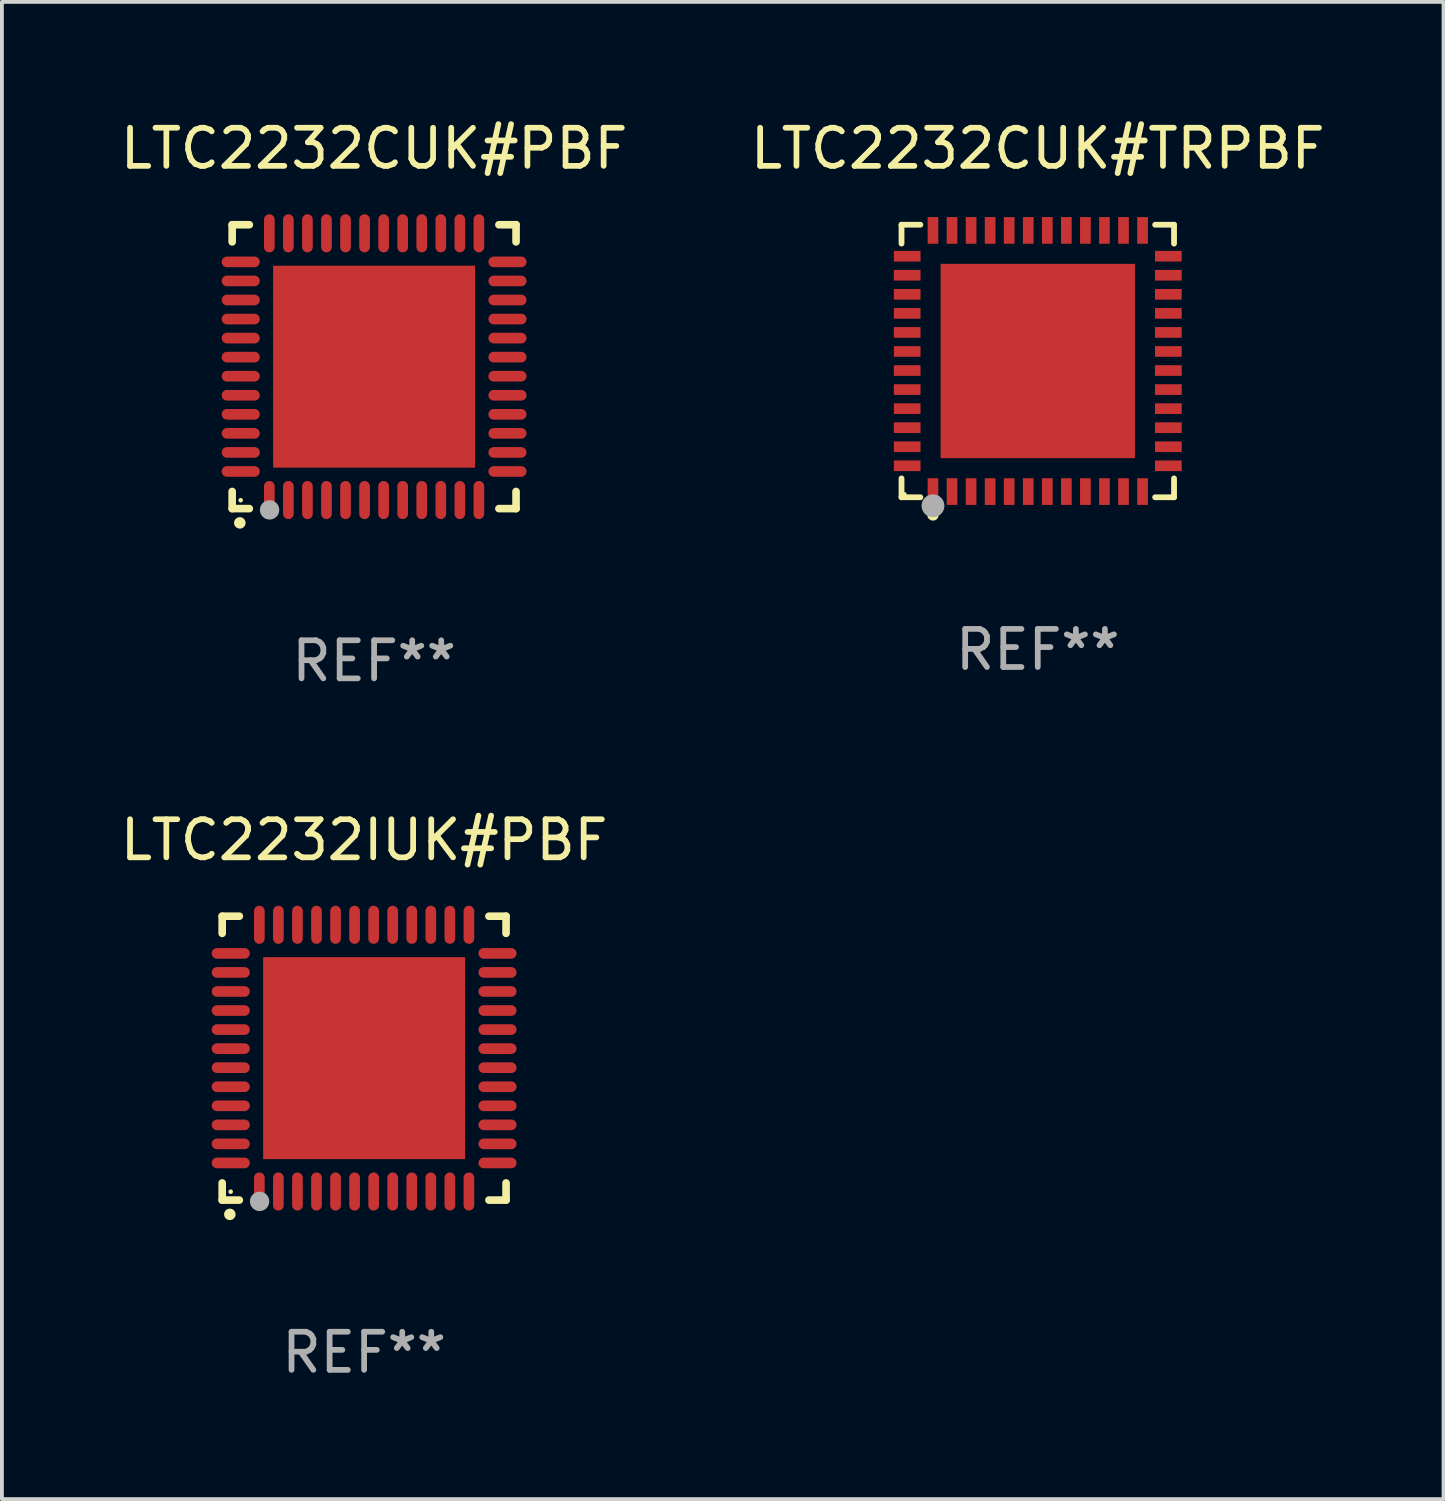
<source format=kicad_pcb>
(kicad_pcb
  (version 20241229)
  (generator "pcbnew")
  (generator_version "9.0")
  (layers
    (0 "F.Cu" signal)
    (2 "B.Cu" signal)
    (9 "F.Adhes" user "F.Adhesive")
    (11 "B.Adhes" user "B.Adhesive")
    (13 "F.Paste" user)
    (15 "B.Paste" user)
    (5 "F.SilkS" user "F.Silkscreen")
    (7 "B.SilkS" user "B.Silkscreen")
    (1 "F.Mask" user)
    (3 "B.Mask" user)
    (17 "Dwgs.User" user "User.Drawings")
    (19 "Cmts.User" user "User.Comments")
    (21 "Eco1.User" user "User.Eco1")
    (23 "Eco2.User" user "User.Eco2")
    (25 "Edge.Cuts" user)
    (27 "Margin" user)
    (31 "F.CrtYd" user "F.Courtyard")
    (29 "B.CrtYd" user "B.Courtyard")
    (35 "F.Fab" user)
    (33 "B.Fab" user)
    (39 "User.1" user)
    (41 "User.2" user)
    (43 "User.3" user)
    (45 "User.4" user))
  (footprint "LTC2232CUK#PBF"
    (layer "F.Cu")
    (at 6.768 6.573)
    (property "Reference" "LTC2232CUK#PBF" (at 0 -5.725 0) (layer "F.SilkS") (effects (font (size 1 1) (thickness 0.15))))
    (attr through_hole)
    (fp_line (start -3.725 -3.725) (end -3.275 -3.725) (stroke (width 0.2) (type solid)) (layer "F.SilkS"))
    (fp_line (start -3.725 -3.275) (end -3.725 -3.725) (stroke (width 0.2) (type solid)) (layer "F.SilkS"))
    (fp_line (start -3.725 3.725) (end -3.725 3.275) (stroke (width 0.2) (type solid)) (layer "F.SilkS"))
    (fp_line (start -3.275 3.725) (end -3.725 3.725) (stroke (width 0.2) (type solid)) (layer "F.SilkS"))
    (fp_line (start 3.275 3.725) (end 3.725 3.725) (stroke (width 0.2) (type solid)) (layer "F.SilkS"))
    (fp_line (start 3.725 -3.725) (end 3.275 -3.725) (stroke (width 0.2) (type solid)) (layer "F.SilkS"))
    (fp_line (start 3.725 -3.275) (end 3.725 -3.725) (stroke (width 0.2) (type solid)) (layer "F.SilkS"))
    (fp_line (start 3.725 3.725) (end 3.725 3.275) (stroke (width 0.2) (type solid)) (layer "F.SilkS"))
    (fp_arc (start -3.525527 4.099568) (mid -3.524257 4.099563) (end -3.522987 4.099568) (stroke (width 0.3) (type solid)) (layer "F.SilkS"))
    (fp_circle (center -3.502 3.504) (end -3.472 3.504) (stroke (width 0.06) (type solid)) (fill no) (layer "F.SilkS"))
    (fp_circle (center -2.743 3.759) (end -2.616 3.759) (stroke (width 0.254) (type solid)) (fill no) (layer "F.Fab"))
    (fp_text user "REF**" (at 0 7.725 0) (layer "F.Fab") (effects (font (size 1 1) (thickness 0.15))))
    (pad "1" smd oval (at -2.75 3.5) (size 0.28 1) (layers "F.Cu" "F.Mask" "F.Paste"))
    (pad "2" smd oval (at -2.25 3.5) (size 0.28 1) (layers "F.Cu" "F.Mask" "F.Paste"))
    (pad "3" smd oval (at -1.75 3.5) (size 0.28 1) (layers "F.Cu" "F.Mask" "F.Paste"))
    (pad "4" smd oval (at -1.25 3.5) (size 0.28 1) (layers "F.Cu" "F.Mask" "F.Paste"))
    (pad "5" smd oval (at -0.75 3.5) (size 0.28 1) (layers "F.Cu" "F.Mask" "F.Paste"))
    (pad "6" smd oval (at -0.25 3.5) (size 0.28 1) (layers "F.Cu" "F.Mask" "F.Paste"))
    (pad "7" smd oval (at 0.25 3.5) (size 0.28 1) (layers "F.Cu" "F.Mask" "F.Paste"))
    (pad "8" smd oval (at 0.75 3.5) (size 0.28 1) (layers "F.Cu" "F.Mask" "F.Paste"))
    (pad "9" smd oval (at 1.25 3.5) (size 0.28 1) (layers "F.Cu" "F.Mask" "F.Paste"))
    (pad "10" smd oval (at 1.75 3.5) (size 0.28 1) (layers "F.Cu" "F.Mask" "F.Paste"))
    (pad "11" smd oval (at 2.25 3.5) (size 0.28 1) (layers "F.Cu" "F.Mask" "F.Paste"))
    (pad "12" smd oval (at 2.75 3.5) (size 0.28 1) (layers "F.Cu" "F.Mask" "F.Paste"))
    (pad "13" smd oval (at 3.5 2.75) (size 1 0.28) (layers "F.Cu" "F.Mask" "F.Paste"))
    (pad "14" smd oval (at 3.5 2.25) (size 1 0.28) (layers "F.Cu" "F.Mask" "F.Paste"))
    (pad "15" smd oval (at 3.5 1.75) (size 1 0.28) (layers "F.Cu" "F.Mask" "F.Paste"))
    (pad "16" smd oval (at 3.5 1.25) (size 1 0.28) (layers "F.Cu" "F.Mask" "F.Paste"))
    (pad "17" smd oval (at 3.5 0.75) (size 1 0.28) (layers "F.Cu" "F.Mask" "F.Paste"))
    (pad "18" smd oval (at 3.5 0.25) (size 1 0.28) (layers "F.Cu" "F.Mask" "F.Paste"))
    (pad "19" smd oval (at 3.5 -0.25) (size 1 0.28) (layers "F.Cu" "F.Mask" "F.Paste"))
    (pad "20" smd oval (at 3.5 -0.75) (size 1 0.28) (layers "F.Cu" "F.Mask" "F.Paste"))
    (pad "21" smd oval (at 3.5 -1.25) (size 1 0.28) (layers "F.Cu" "F.Mask" "F.Paste"))
    (pad "22" smd oval (at 3.5 -1.75) (size 1 0.28) (layers "F.Cu" "F.Mask" "F.Paste"))
    (pad "23" smd oval (at 3.5 -2.25) (size 1 0.28) (layers "F.Cu" "F.Mask" "F.Paste"))
    (pad "24" smd oval (at 3.5 -2.75) (size 1 0.28) (layers "F.Cu" "F.Mask" "F.Paste"))
    (pad "25" smd oval (at 2.75 -3.5) (size 0.28 1) (layers "F.Cu" "F.Mask" "F.Paste"))
    (pad "26" smd oval (at 2.25 -3.5) (size 0.28 1) (layers "F.Cu" "F.Mask" "F.Paste"))
    (pad "27" smd oval (at 1.75 -3.5) (size 0.28 1) (layers "F.Cu" "F.Mask" "F.Paste"))
    (pad "28" smd oval (at 1.25 -3.5) (size 0.28 1) (layers "F.Cu" "F.Mask" "F.Paste"))
    (pad "29" smd oval (at 0.75 -3.5) (size 0.28 1) (layers "F.Cu" "F.Mask" "F.Paste"))
    (pad "30" smd oval (at 0.25 -3.5) (size 0.28 1) (layers "F.Cu" "F.Mask" "F.Paste"))
    (pad "31" smd oval (at -0.25 -3.5) (size 0.28 1) (layers "F.Cu" "F.Mask" "F.Paste"))
    (pad "32" smd oval (at -0.75 -3.5) (size 0.28 1) (layers "F.Cu" "F.Mask" "F.Paste"))
    (pad "33" smd oval (at -1.25 -3.5) (size 0.28 1) (layers "F.Cu" "F.Mask" "F.Paste"))
    (pad "34" smd oval (at -1.75 -3.5) (size 0.28 1) (layers "F.Cu" "F.Mask" "F.Paste"))
    (pad "35" smd oval (at -2.25 -3.5) (size 0.28 1) (layers "F.Cu" "F.Mask" "F.Paste"))
    (pad "36" smd oval (at -2.75 -3.5) (size 0.28 1) (layers "F.Cu" "F.Mask" "F.Paste"))
    (pad "37" smd oval (at -3.5 -2.75) (size 1 0.28) (layers "F.Cu" "F.Mask" "F.Paste"))
    (pad "38" smd oval (at -3.5 -2.25) (size 1 0.28) (layers "F.Cu" "F.Mask" "F.Paste"))
    (pad "39" smd oval (at -3.5 -1.75) (size 1 0.28) (layers "F.Cu" "F.Mask" "F.Paste"))
    (pad "40" smd oval (at -3.5 -1.25) (size 1 0.28) (layers "F.Cu" "F.Mask" "F.Paste"))
    (pad "41" smd oval (at -3.5 -0.75) (size 1 0.28) (layers "F.Cu" "F.Mask" "F.Paste"))
    (pad "42" smd oval (at -3.5 -0.25) (size 1 0.28) (layers "F.Cu" "F.Mask" "F.Paste"))
    (pad "43" smd oval (at -3.5 0.25) (size 1 0.28) (layers "F.Cu" "F.Mask" "F.Paste"))
    (pad "44" smd oval (at -3.5 0.75) (size 1 0.28) (layers "F.Cu" "F.Mask" "F.Paste"))
    (pad "45" smd oval (at -3.5 1.25) (size 1 0.28) (layers "F.Cu" "F.Mask" "F.Paste"))
    (pad "46" smd oval (at -3.5 1.75) (size 1 0.28) (layers "F.Cu" "F.Mask" "F.Paste"))
    (pad "47" smd oval (at -3.5 2.25) (size 1 0.28) (layers "F.Cu" "F.Mask" "F.Paste"))
    (pad "48" smd oval (at -3.5 2.75) (size 1 0.28) (layers "F.Cu" "F.Mask" "F.Paste"))
    (pad "49" smd rect (at 0 0) (size 5.3 5.3) (layers "F.Cu" "F.Mask" "F.Paste")))
  (footprint "LTC2232IUK#PBF"
    (layer "F.Cu")
    (at 6.506 24.72)
    (property "Reference" "LTC2232IUK#PBF" (at 0 -5.725 0) (layer "F.SilkS") (effects (font (size 1 1) (thickness 0.15))))
    (attr through_hole)
    (fp_line (start -3.725 -3.725) (end -3.275 -3.725) (stroke (width 0.2) (type solid)) (layer "F.SilkS"))
    (fp_line (start -3.725 -3.275) (end -3.725 -3.725) (stroke (width 0.2) (type solid)) (layer "F.SilkS"))
    (fp_line (start -3.725 3.725) (end -3.725 3.275) (stroke (width 0.2) (type solid)) (layer "F.SilkS"))
    (fp_line (start -3.275 3.725) (end -3.725 3.725) (stroke (width 0.2) (type solid)) (layer "F.SilkS"))
    (fp_line (start 3.275 3.725) (end 3.725 3.725) (stroke (width 0.2) (type solid)) (layer "F.SilkS"))
    (fp_line (start 3.725 -3.725) (end 3.275 -3.725) (stroke (width 0.2) (type solid)) (layer "F.SilkS"))
    (fp_line (start 3.725 -3.275) (end 3.725 -3.725) (stroke (width 0.2) (type solid)) (layer "F.SilkS"))
    (fp_line (start 3.725 3.725) (end 3.725 3.275) (stroke (width 0.2) (type solid)) (layer "F.SilkS"))
    (fp_arc (start -3.525527 4.099568) (mid -3.524257 4.099563) (end -3.522987 4.099568) (stroke (width 0.3) (type solid)) (layer "F.SilkS"))
    (fp_circle (center -3.502 3.504) (end -3.472 3.504) (stroke (width 0.06) (type solid)) (fill no) (layer "F.SilkS"))
    (fp_circle (center -2.743 3.759) (end -2.616 3.759) (stroke (width 0.254) (type solid)) (fill no) (layer "F.Fab"))
    (fp_text user "REF**" (at 0 7.725 0) (layer "F.Fab") (effects (font (size 1 1) (thickness 0.15))))
    (pad "1" smd oval (at -2.75 3.5) (size 0.28 1) (layers "F.Cu" "F.Mask" "F.Paste"))
    (pad "2" smd oval (at -2.25 3.5) (size 0.28 1) (layers "F.Cu" "F.Mask" "F.Paste"))
    (pad "3" smd oval (at -1.75 3.5) (size 0.28 1) (layers "F.Cu" "F.Mask" "F.Paste"))
    (pad "4" smd oval (at -1.25 3.5) (size 0.28 1) (layers "F.Cu" "F.Mask" "F.Paste"))
    (pad "5" smd oval (at -0.75 3.5) (size 0.28 1) (layers "F.Cu" "F.Mask" "F.Paste"))
    (pad "6" smd oval (at -0.25 3.5) (size 0.28 1) (layers "F.Cu" "F.Mask" "F.Paste"))
    (pad "7" smd oval (at 0.25 3.5) (size 0.28 1) (layers "F.Cu" "F.Mask" "F.Paste"))
    (pad "8" smd oval (at 0.75 3.5) (size 0.28 1) (layers "F.Cu" "F.Mask" "F.Paste"))
    (pad "9" smd oval (at 1.25 3.5) (size 0.28 1) (layers "F.Cu" "F.Mask" "F.Paste"))
    (pad "10" smd oval (at 1.75 3.5) (size 0.28 1) (layers "F.Cu" "F.Mask" "F.Paste"))
    (pad "11" smd oval (at 2.25 3.5) (size 0.28 1) (layers "F.Cu" "F.Mask" "F.Paste"))
    (pad "12" smd oval (at 2.75 3.5) (size 0.28 1) (layers "F.Cu" "F.Mask" "F.Paste"))
    (pad "13" smd oval (at 3.5 2.75) (size 1 0.28) (layers "F.Cu" "F.Mask" "F.Paste"))
    (pad "14" smd oval (at 3.5 2.25) (size 1 0.28) (layers "F.Cu" "F.Mask" "F.Paste"))
    (pad "15" smd oval (at 3.5 1.75) (size 1 0.28) (layers "F.Cu" "F.Mask" "F.Paste"))
    (pad "16" smd oval (at 3.5 1.25) (size 1 0.28) (layers "F.Cu" "F.Mask" "F.Paste"))
    (pad "17" smd oval (at 3.5 0.75) (size 1 0.28) (layers "F.Cu" "F.Mask" "F.Paste"))
    (pad "18" smd oval (at 3.5 0.25) (size 1 0.28) (layers "F.Cu" "F.Mask" "F.Paste"))
    (pad "19" smd oval (at 3.5 -0.25) (size 1 0.28) (layers "F.Cu" "F.Mask" "F.Paste"))
    (pad "20" smd oval (at 3.5 -0.75) (size 1 0.28) (layers "F.Cu" "F.Mask" "F.Paste"))
    (pad "21" smd oval (at 3.5 -1.25) (size 1 0.28) (layers "F.Cu" "F.Mask" "F.Paste"))
    (pad "22" smd oval (at 3.5 -1.75) (size 1 0.28) (layers "F.Cu" "F.Mask" "F.Paste"))
    (pad "23" smd oval (at 3.5 -2.25) (size 1 0.28) (layers "F.Cu" "F.Mask" "F.Paste"))
    (pad "24" smd oval (at 3.5 -2.75) (size 1 0.28) (layers "F.Cu" "F.Mask" "F.Paste"))
    (pad "25" smd oval (at 2.75 -3.5) (size 0.28 1) (layers "F.Cu" "F.Mask" "F.Paste"))
    (pad "26" smd oval (at 2.25 -3.5) (size 0.28 1) (layers "F.Cu" "F.Mask" "F.Paste"))
    (pad "27" smd oval (at 1.75 -3.5) (size 0.28 1) (layers "F.Cu" "F.Mask" "F.Paste"))
    (pad "28" smd oval (at 1.25 -3.5) (size 0.28 1) (layers "F.Cu" "F.Mask" "F.Paste"))
    (pad "29" smd oval (at 0.75 -3.5) (size 0.28 1) (layers "F.Cu" "F.Mask" "F.Paste"))
    (pad "30" smd oval (at 0.25 -3.5) (size 0.28 1) (layers "F.Cu" "F.Mask" "F.Paste"))
    (pad "31" smd oval (at -0.25 -3.5) (size 0.28 1) (layers "F.Cu" "F.Mask" "F.Paste"))
    (pad "32" smd oval (at -0.75 -3.5) (size 0.28 1) (layers "F.Cu" "F.Mask" "F.Paste"))
    (pad "33" smd oval (at -1.25 -3.5) (size 0.28 1) (layers "F.Cu" "F.Mask" "F.Paste"))
    (pad "34" smd oval (at -1.75 -3.5) (size 0.28 1) (layers "F.Cu" "F.Mask" "F.Paste"))
    (pad "35" smd oval (at -2.25 -3.5) (size 0.28 1) (layers "F.Cu" "F.Mask" "F.Paste"))
    (pad "36" smd oval (at -2.75 -3.5) (size 0.28 1) (layers "F.Cu" "F.Mask" "F.Paste"))
    (pad "37" smd oval (at -3.5 -2.75) (size 1 0.28) (layers "F.Cu" "F.Mask" "F.Paste"))
    (pad "38" smd oval (at -3.5 -2.25) (size 1 0.28) (layers "F.Cu" "F.Mask" "F.Paste"))
    (pad "39" smd oval (at -3.5 -1.75) (size 1 0.28) (layers "F.Cu" "F.Mask" "F.Paste"))
    (pad "40" smd oval (at -3.5 -1.25) (size 1 0.28) (layers "F.Cu" "F.Mask" "F.Paste"))
    (pad "41" smd oval (at -3.5 -0.75) (size 1 0.28) (layers "F.Cu" "F.Mask" "F.Paste"))
    (pad "42" smd oval (at -3.5 -0.25) (size 1 0.28) (layers "F.Cu" "F.Mask" "F.Paste"))
    (pad "43" smd oval (at -3.5 0.25) (size 1 0.28) (layers "F.Cu" "F.Mask" "F.Paste"))
    (pad "44" smd oval (at -3.5 0.75) (size 1 0.28) (layers "F.Cu" "F.Mask" "F.Paste"))
    (pad "45" smd oval (at -3.5 1.25) (size 1 0.28) (layers "F.Cu" "F.Mask" "F.Paste"))
    (pad "46" smd oval (at -3.5 1.75) (size 1 0.28) (layers "F.Cu" "F.Mask" "F.Paste"))
    (pad "47" smd oval (at -3.5 2.25) (size 1 0.28) (layers "F.Cu" "F.Mask" "F.Paste"))
    (pad "48" smd oval (at -3.5 2.75) (size 1 0.28) (layers "F.Cu" "F.Mask" "F.Paste"))
    (pad "49" smd rect (at 0 0) (size 5.3 5.3) (layers "F.Cu" "F.Mask" "F.Paste")))
  (footprint "LTC2232CUK#TRPBF"
    (layer "F.Cu")
    (at 24.185 6.424)
    (property "Reference" "LTC2232CUK#TRPBF" (at 0 -5.576 0) (layer "F.SilkS") (effects (font (size 1 1) (thickness 0.15))))
    (attr through_hole)
    (fp_line (start -3.576 -3.576) (end -3.081 -3.576) (stroke (width 0.152) (type solid)) (layer "F.SilkS"))
    (fp_line (start -3.576 -3.081) (end -3.576 -3.576) (stroke (width 0.152) (type solid)) (layer "F.SilkS"))
    (fp_line (start -3.576 3.081) (end -3.576 3.576) (stroke (width 0.152) (type solid)) (layer "F.SilkS"))
    (fp_line (start -3.576 3.576) (end -3.081 3.576) (stroke (width 0.152) (type solid)) (layer "F.SilkS"))
    (fp_line (start 3.576 -3.576) (end 3.081 -3.576) (stroke (width 0.152) (type solid)) (layer "F.SilkS"))
    (fp_line (start 3.576 -3.081) (end 3.576 -3.576) (stroke (width 0.152) (type solid)) (layer "F.SilkS"))
    (fp_line (start 3.576 3.081) (end 3.576 3.576) (stroke (width 0.152) (type solid)) (layer "F.SilkS"))
    (fp_line (start 3.576 3.576) (end 3.081 3.576) (stroke (width 0.152) (type solid)) (layer "F.SilkS"))
    (fp_circle (center -3.5 3.5) (end -3.47 3.5) (stroke (width 0.06) (type solid)) (fill no) (layer "F.SilkS"))
    (fp_circle (center -2.75 4.04) (end -2.675 4.04) (stroke (width 0.15) (type solid)) (fill no) (layer "F.SilkS"))
    (fp_circle (center -2.75 3.8) (end -2.6 3.8) (stroke (width 0.3) (type solid)) (fill no) (layer "F.Fab"))
    (fp_text user "REF**" (at 0 7.576 0) (layer "F.Fab") (effects (font (size 1 1) (thickness 0.15))))
    (pad "1" smd rect (at -2.75 3.427) (size 0.28 0.7) (layers "F.Cu" "F.Mask" "F.Paste"))
    (pad "2" smd rect (at -2.25 3.427) (size 0.28 0.7) (layers "F.Cu" "F.Mask" "F.Paste"))
    (pad "3" smd rect (at -1.75 3.427) (size 0.28 0.7) (layers "F.Cu" "F.Mask" "F.Paste"))
    (pad "4" smd rect (at -1.25 3.427) (size 0.28 0.7) (layers "F.Cu" "F.Mask" "F.Paste"))
    (pad "5" smd rect (at -0.75 3.427) (size 0.28 0.7) (layers "F.Cu" "F.Mask" "F.Paste"))
    (pad "6" smd rect (at -0.25 3.427) (size 0.28 0.7) (layers "F.Cu" "F.Mask" "F.Paste"))
    (pad "7" smd rect (at 0.25 3.427) (size 0.28 0.7) (layers "F.Cu" "F.Mask" "F.Paste"))
    (pad "8" smd rect (at 0.75 3.427) (size 0.28 0.7) (layers "F.Cu" "F.Mask" "F.Paste"))
    (pad "9" smd rect (at 1.25 3.427) (size 0.28 0.7) (layers "F.Cu" "F.Mask" "F.Paste"))
    (pad "10" smd rect (at 1.75 3.427) (size 0.28 0.7) (layers "F.Cu" "F.Mask" "F.Paste"))
    (pad "11" smd rect (at 2.25 3.427) (size 0.28 0.7) (layers "F.Cu" "F.Mask" "F.Paste"))
    (pad "12" smd rect (at 2.75 3.427) (size 0.28 0.7) (layers "F.Cu" "F.Mask" "F.Paste"))
    (pad "13" smd rect (at 3.427 2.75) (size 0.7 0.28) (layers "F.Cu" "F.Mask" "F.Paste"))
    (pad "14" smd rect (at 3.427 2.25) (size 0.7 0.28) (layers "F.Cu" "F.Mask" "F.Paste"))
    (pad "15" smd rect (at 3.427 1.75) (size 0.7 0.28) (layers "F.Cu" "F.Mask" "F.Paste"))
    (pad "16" smd rect (at 3.427 1.25) (size 0.7 0.28) (layers "F.Cu" "F.Mask" "F.Paste"))
    (pad "17" smd rect (at 3.427 0.75) (size 0.7 0.28) (layers "F.Cu" "F.Mask" "F.Paste"))
    (pad "18" smd rect (at 3.427 0.25) (size 0.7 0.28) (layers "F.Cu" "F.Mask" "F.Paste"))
    (pad "19" smd rect (at 3.427 -0.25) (size 0.7 0.28) (layers "F.Cu" "F.Mask" "F.Paste"))
    (pad "20" smd rect (at 3.427 -0.75) (size 0.7 0.28) (layers "F.Cu" "F.Mask" "F.Paste"))
    (pad "21" smd rect (at 3.427 -1.25) (size 0.7 0.28) (layers "F.Cu" "F.Mask" "F.Paste"))
    (pad "22" smd rect (at 3.427 -1.75) (size 0.7 0.28) (layers "F.Cu" "F.Mask" "F.Paste"))
    (pad "23" smd rect (at 3.427 -2.25) (size 0.7 0.28) (layers "F.Cu" "F.Mask" "F.Paste"))
    (pad "24" smd rect (at 3.427 -2.75) (size 0.7 0.28) (layers "F.Cu" "F.Mask" "F.Paste"))
    (pad "25" smd rect (at 2.75 -3.427) (size 0.28 0.7) (layers "F.Cu" "F.Mask" "F.Paste"))
    (pad "26" smd rect (at 2.25 -3.427) (size 0.28 0.7) (layers "F.Cu" "F.Mask" "F.Paste"))
    (pad "27" smd rect (at 1.75 -3.427) (size 0.28 0.7) (layers "F.Cu" "F.Mask" "F.Paste"))
    (pad "28" smd rect (at 1.25 -3.427) (size 0.28 0.7) (layers "F.Cu" "F.Mask" "F.Paste"))
    (pad "29" smd rect (at 0.75 -3.427) (size 0.28 0.7) (layers "F.Cu" "F.Mask" "F.Paste"))
    (pad "30" smd rect (at 0.25 -3.427) (size 0.28 0.7) (layers "F.Cu" "F.Mask" "F.Paste"))
    (pad "31" smd rect (at -0.25 -3.427) (size 0.28 0.7) (layers "F.Cu" "F.Mask" "F.Paste"))
    (pad "32" smd rect (at -0.75 -3.427) (size 0.28 0.7) (layers "F.Cu" "F.Mask" "F.Paste"))
    (pad "33" smd rect (at -1.25 -3.427) (size 0.28 0.7) (layers "F.Cu" "F.Mask" "F.Paste"))
    (pad "34" smd rect (at -1.75 -3.427) (size 0.28 0.7) (layers "F.Cu" "F.Mask" "F.Paste"))
    (pad "35" smd rect (at -2.25 -3.427) (size 0.28 0.7) (layers "F.Cu" "F.Mask" "F.Paste"))
    (pad "36" smd rect (at -2.75 -3.427) (size 0.28 0.7) (layers "F.Cu" "F.Mask" "F.Paste"))
    (pad "37" smd rect (at -3.427 -2.75) (size 0.7 0.28) (layers "F.Cu" "F.Mask" "F.Paste"))
    (pad "38" smd rect (at -3.427 -2.25) (size 0.7 0.28) (layers "F.Cu" "F.Mask" "F.Paste"))
    (pad "39" smd rect (at -3.427 -1.75) (size 0.7 0.28) (layers "F.Cu" "F.Mask" "F.Paste"))
    (pad "40" smd rect (at -3.427 -1.25) (size 0.7 0.28) (layers "F.Cu" "F.Mask" "F.Paste"))
    (pad "41" smd rect (at -3.427 -0.75) (size 0.7 0.28) (layers "F.Cu" "F.Mask" "F.Paste"))
    (pad "42" smd rect (at -3.427 -0.25) (size 0.7 0.28) (layers "F.Cu" "F.Mask" "F.Paste"))
    (pad "43" smd rect (at -3.427 0.25) (size 0.7 0.28) (layers "F.Cu" "F.Mask" "F.Paste"))
    (pad "44" smd rect (at -3.427 0.75) (size 0.7 0.28) (layers "F.Cu" "F.Mask" "F.Paste"))
    (pad "45" smd rect (at -3.427 1.25) (size 0.7 0.28) (layers "F.Cu" "F.Mask" "F.Paste"))
    (pad "46" smd rect (at -3.427 1.75) (size 0.7 0.28) (layers "F.Cu" "F.Mask" "F.Paste"))
    (pad "47" smd rect (at -3.427 2.25) (size 0.7 0.28) (layers "F.Cu" "F.Mask" "F.Paste"))
    (pad "48" smd rect (at -3.427 2.75) (size 0.7 0.28) (layers "F.Cu" "F.Mask" "F.Paste"))
    (pad "49" smd rect (at 0 0) (size 5.1 5.1) (layers "F.Cu" "F.Mask" "F.Paste")))
  (gr_rect
    (start -3 -3)
    (end 34.833 36.293)
    (stroke (width 0.1) (type default))
    (fill no)
    (layer "Edge.Cuts")))
</source>
